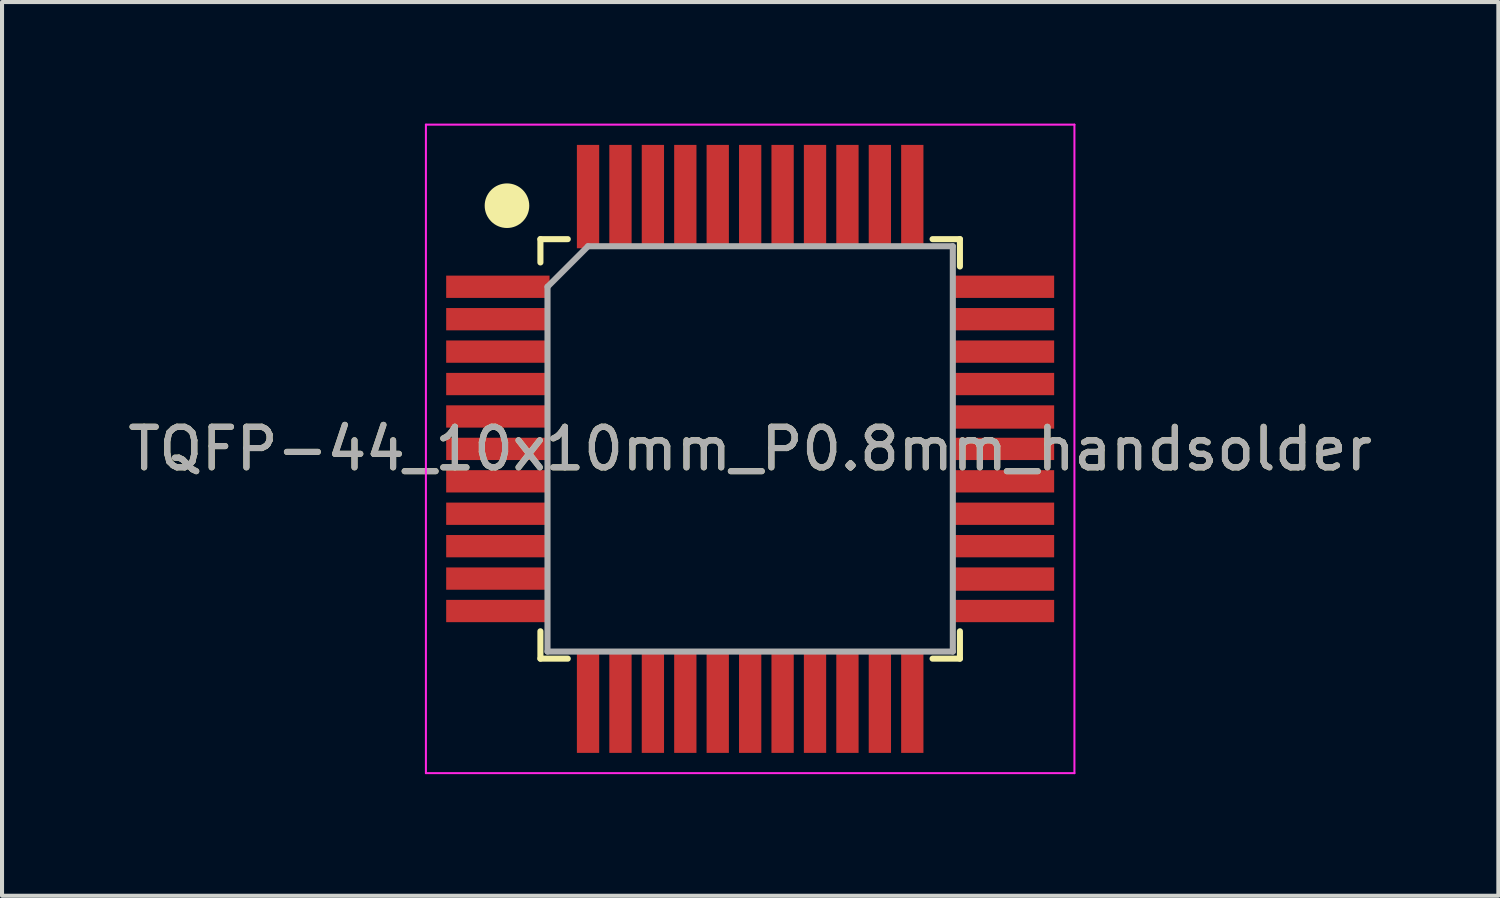
<source format=kicad_pcb>
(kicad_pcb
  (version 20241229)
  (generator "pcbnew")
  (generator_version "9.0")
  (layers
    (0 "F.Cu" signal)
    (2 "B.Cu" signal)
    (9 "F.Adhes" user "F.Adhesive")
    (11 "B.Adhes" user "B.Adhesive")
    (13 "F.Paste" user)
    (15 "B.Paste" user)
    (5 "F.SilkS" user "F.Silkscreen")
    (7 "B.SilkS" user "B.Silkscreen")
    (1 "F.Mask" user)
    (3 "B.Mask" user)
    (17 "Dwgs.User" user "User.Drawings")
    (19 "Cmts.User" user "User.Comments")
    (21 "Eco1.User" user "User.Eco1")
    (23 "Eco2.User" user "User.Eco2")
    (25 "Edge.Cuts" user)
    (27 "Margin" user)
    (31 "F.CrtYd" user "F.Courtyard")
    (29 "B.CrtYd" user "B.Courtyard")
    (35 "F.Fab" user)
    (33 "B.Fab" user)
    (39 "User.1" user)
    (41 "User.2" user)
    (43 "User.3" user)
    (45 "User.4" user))
  (footprint "TQFP-44_10x10mm_P0.8mm_handsolder"
    (layer "F.Cu")
    (at 15.458 8.025)
    (property "Reference" "TQFP-44_10x10mm_P0.8mm_handsolder" (at 0 0 0) (layer "F.SilkS") (effects (font (size 1 1) (thickness 0.15))))
    (attr smd)
    (fp_line (start -5.175 -5.175) (end -5.175 -4.6) (stroke (width 0.15) (type solid)) (layer "F.SilkS"))
    (fp_line (start -5.175 -5.175) (end -4.5 -5.175) (stroke (width 0.15) (type solid)) (layer "F.SilkS"))
    (fp_line (start -5.175 5.175) (end -5.175 4.5) (stroke (width 0.15) (type solid)) (layer "F.SilkS"))
    (fp_line (start -5.175 5.175) (end -4.5 5.175) (stroke (width 0.15) (type solid)) (layer "F.SilkS"))
    (fp_line (start 5.175 -5.175) (end 4.5 -5.175) (stroke (width 0.15) (type solid)) (layer "F.SilkS"))
    (fp_line (start 5.175 -5.175) (end 5.175 -4.5) (stroke (width 0.15) (type solid)) (layer "F.SilkS"))
    (fp_line (start 5.175 5.175) (end 4.5 5.175) (stroke (width 0.15) (type solid)) (layer "F.SilkS"))
    (fp_line (start 5.175 5.175) (end 5.175 4.5) (stroke (width 0.15) (type solid)) (layer "F.SilkS"))
    (fp_circle (center -6 -6) (end -5.5 -6) (stroke (width 0.1) (type solid)) (fill yes) (layer "F.SilkS"))
    (fp_line (start -8 -8) (end -8 8) (stroke (width 0.05) (type solid)) (layer "F.CrtYd"))
    (fp_line (start -8 -8) (end 8 -8) (stroke (width 0.05) (type solid)) (layer "F.CrtYd"))
    (fp_line (start -8 8) (end 8 8) (stroke (width 0.05) (type solid)) (layer "F.CrtYd"))
    (fp_line (start 8 -8) (end 8 8) (stroke (width 0.05) (type solid)) (layer "F.CrtYd"))
    (fp_line (start -5 -4) (end -4 -5) (stroke (width 0.15) (type solid)) (layer "F.Fab"))
    (fp_line (start -5 5) (end -5 -4) (stroke (width 0.15) (type solid)) (layer "F.Fab"))
    (fp_line (start -4 -5) (end 5 -5) (stroke (width 0.15) (type solid)) (layer "F.Fab"))
    (fp_line (start 5 -5) (end 5 5) (stroke (width 0.15) (type solid)) (layer "F.Fab"))
    (fp_line (start 5 5) (end -5 5) (stroke (width 0.15) (type solid)) (layer "F.Fab"))
    (fp_text user "${REFERENCE}" (at 0 0 0) (layer "F.Fab") (effects (font (size 1 1) (thickness 0.15))))
    (pad "1" smd rect (at -6.225 -4) (size 2.55 0.55) (layers "F.Cu" "F.Mask" "F.Paste"))
    (pad "2" smd rect (at -6.225 -3.2) (size 2.55 0.55) (layers "F.Cu" "F.Mask" "F.Paste"))
    (pad "3" smd rect (at -6.225 -2.4) (size 2.55 0.55) (layers "F.Cu" "F.Mask" "F.Paste"))
    (pad "4" smd rect (at -6.225 -1.6) (size 2.55 0.55) (layers "F.Cu" "F.Mask" "F.Paste"))
    (pad "5" smd rect (at -6.225 -0.8) (size 2.55 0.55) (layers "F.Cu" "F.Mask" "F.Paste"))
    (pad "6" smd rect (at -6.225 0) (size 2.55 0.55) (layers "F.Cu" "F.Mask" "F.Paste"))
    (pad "7" smd rect (at -6.225 0.8) (size 2.55 0.55) (layers "F.Cu" "F.Mask" "F.Paste"))
    (pad "8" smd rect (at -6.225 1.6) (size 2.55 0.55) (layers "F.Cu" "F.Mask" "F.Paste"))
    (pad "9" smd rect (at -6.225 2.4) (size 2.55 0.55) (layers "F.Cu" "F.Mask" "F.Paste"))
    (pad "10" smd rect (at -6.225 3.2) (size 2.55 0.55) (layers "F.Cu" "F.Mask" "F.Paste"))
    (pad "11" smd rect (at -6.225 4) (size 2.55 0.55) (layers "F.Cu" "F.Mask" "F.Paste"))
    (pad "12" smd rect (at -4 6.225 90) (size 2.55 0.55) (layers "F.Cu" "F.Mask" "F.Paste"))
    (pad "13" smd rect (at -3.2 6.225 90) (size 2.55 0.55) (layers "F.Cu" "F.Mask" "F.Paste"))
    (pad "14" smd rect (at -2.4 6.225 90) (size 2.55 0.55) (layers "F.Cu" "F.Mask" "F.Paste"))
    (pad "15" smd rect (at -1.6 6.225 90) (size 2.55 0.55) (layers "F.Cu" "F.Mask" "F.Paste"))
    (pad "16" smd rect (at -0.8 6.225 90) (size 2.55 0.55) (layers "F.Cu" "F.Mask" "F.Paste"))
    (pad "17" smd rect (at 0 6.225 90) (size 2.55 0.55) (layers "F.Cu" "F.Mask" "F.Paste"))
    (pad "18" smd rect (at 0.8 6.225 90) (size 2.55 0.55) (layers "F.Cu" "F.Mask" "F.Paste"))
    (pad "19" smd rect (at 1.6 6.225 90) (size 2.55 0.55) (layers "F.Cu" "F.Mask" "F.Paste"))
    (pad "20" smd rect (at 2.4 6.225 90) (size 2.55 0.55) (layers "F.Cu" "F.Mask" "F.Paste"))
    (pad "21" smd rect (at 3.2 6.225 90) (size 2.55 0.55) (layers "F.Cu" "F.Mask" "F.Paste"))
    (pad "22" smd rect (at 4 6.225 90) (size 2.55 0.55) (layers "F.Cu" "F.Mask" "F.Paste"))
    (pad "23" smd rect (at 6.225 4) (size 2.55 0.55) (layers "F.Cu" "F.Mask" "F.Paste"))
    (pad "24" smd rect (at 6.225 3.212) (size 2.55 0.575) (layers "F.Cu" "F.Mask" "F.Paste"))
    (pad "25" smd rect (at 6.225 2.4) (size 2.55 0.55) (layers "F.Cu" "F.Mask" "F.Paste"))
    (pad "26" smd rect (at 6.225 1.6) (size 2.55 0.55) (layers "F.Cu" "F.Mask" "F.Paste"))
    (pad "27" smd rect (at 6.225 0.8) (size 2.55 0.55) (layers "F.Cu" "F.Mask" "F.Paste"))
    (pad "28" smd rect (at 6.225 0) (size 2.55 0.55) (layers "F.Cu" "F.Mask" "F.Paste"))
    (pad "29" smd rect (at 6.225 -0.787) (size 2.55 0.575) (layers "F.Cu" "F.Mask" "F.Paste"))
    (pad "30" smd rect (at 6.225 -1.6) (size 2.55 0.55) (layers "F.Cu" "F.Mask" "F.Paste"))
    (pad "31" smd rect (at 6.225 -2.4) (size 2.55 0.55) (layers "F.Cu" "F.Mask" "F.Paste"))
    (pad "32" smd rect (at 6.225 -3.2) (size 2.55 0.55) (layers "F.Cu" "F.Mask" "F.Paste"))
    (pad "33" smd rect (at 6.225 -4) (size 2.55 0.55) (layers "F.Cu" "F.Mask" "F.Paste"))
    (pad "34" smd rect (at 4 -6.225 90) (size 2.55 0.55) (layers "F.Cu" "F.Mask" "F.Paste"))
    (pad "35" smd rect (at 3.2 -6.225 90) (size 2.55 0.55) (layers "F.Cu" "F.Mask" "F.Paste"))
    (pad "36" smd rect (at 2.4 -6.225 90) (size 2.55 0.55) (layers "F.Cu" "F.Mask" "F.Paste"))
    (pad "37" smd rect (at 1.6 -6.225 90) (size 2.55 0.55) (layers "F.Cu" "F.Mask" "F.Paste"))
    (pad "38" smd rect (at 0.8 -6.225 90) (size 2.55 0.55) (layers "F.Cu" "F.Mask" "F.Paste"))
    (pad "39" smd rect (at 0 -6.225 90) (size 2.55 0.55) (layers "F.Cu" "F.Mask" "F.Paste"))
    (pad "40" smd rect (at -0.8 -6.225 90) (size 2.55 0.55) (layers "F.Cu" "F.Mask" "F.Paste"))
    (pad "41" smd rect (at -1.6 -6.225 90) (size 2.55 0.55) (layers "F.Cu" "F.Mask" "F.Paste"))
    (pad "42" smd rect (at -2.4 -6.225 90) (size 2.55 0.55) (layers "F.Cu" "F.Mask" "F.Paste"))
    (pad "43" smd rect (at -3.2 -6.225 90) (size 2.55 0.55) (layers "F.Cu" "F.Mask" "F.Paste"))
    (pad "44" smd rect (at -4 -6.225 90) (size 2.55 0.55) (layers "F.Cu" "F.Mask" "F.Paste")))
  (gr_rect
    (start -3 -3)
    (end 33.917 19.05)
    (stroke (width 0.1) (type default))
    (fill no)
    (layer "Edge.Cuts")))
</source>
